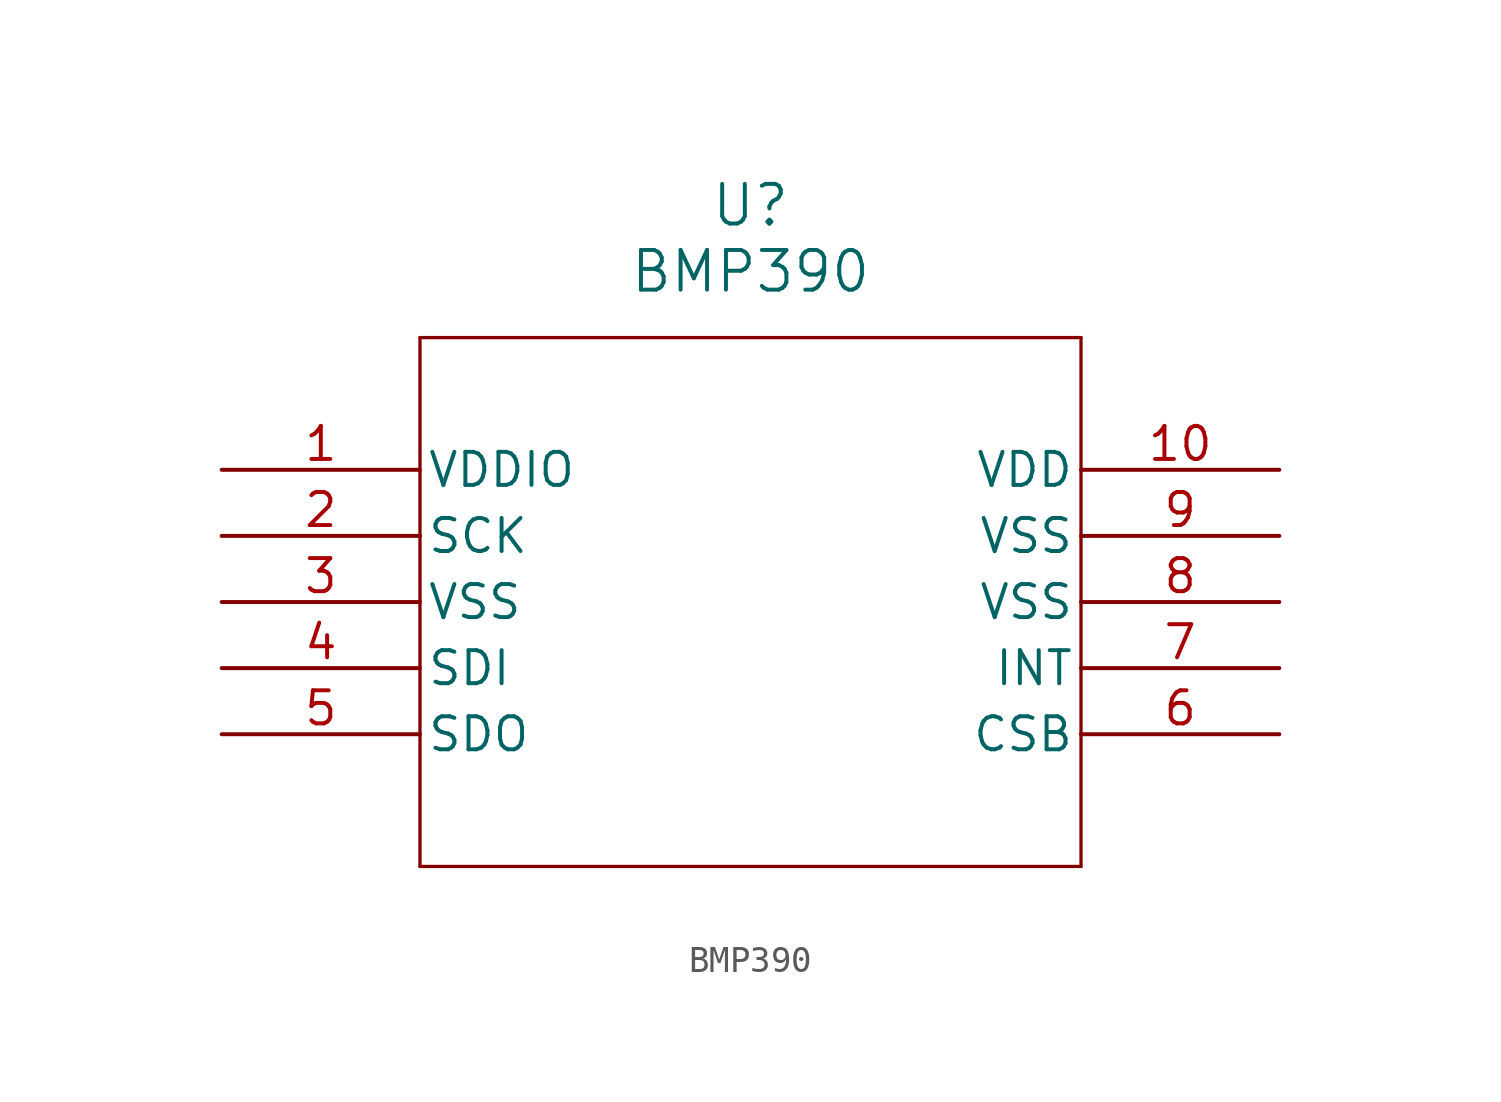
<source format=kicad_sym>
(kicad_symbol_lib
  (version 20220914)
  (generator kicad_symbol_editor)
  (symbol "BMP390"
    (pin_names
      (offset 0.254))
    (property "Reference" "U"
      (at 20.32 10.16 0)
      (effects (font (size 1.524 1.524))))
    (property "Value" "BMP390"
      (at 20.32 7.62 0)
      (effects (font (size 1.524 1.524))))
    (property "ki_locked" ""
      (at 0 0 0)
      (effects (font (size 1.27 1.27))))
    (symbol "BMP390_0_1"
      (polyline (pts (xy 7.62 -15.24) (xy 33.02 -15.24)) (stroke (width 0.127) (type default)) (fill (type none)))
      (polyline (pts (xy 7.62 5.08) (xy 7.62 -15.24)) (stroke (width 0.127) (type default)) (fill (type none)))
      (polyline (pts (xy 33.02 -15.24) (xy 33.02 5.08)) (stroke (width 0.127) (type default)) (fill (type none)))
      (polyline (pts (xy 33.02 5.08) (xy 7.62 5.08)) (stroke (width 0.127) (type default)) (fill (type none)))
      (pin power_in line (at 0 0 0) (length 7.62) (name "VDDIO" (effects (font (size 1.27 1.27)))) (number "1" (effects (font (size 1.27 1.27)))))
      (pin power_in line (at 40.64 0 180) (length 7.62) (name "VDD" (effects (font (size 1.27 1.27)))) (number "10" (effects (font (size 1.27 1.27)))))
      (pin input line (at 0 -2.54 0) (length 7.62) (name "SCK" (effects (font (size 1.27 1.27)))) (number "2" (effects (font (size 1.27 1.27)))))
      (pin power_out line (at 0 -5.08 0) (length 7.62) (name "VSS" (effects (font (size 1.27 1.27)))) (number "3" (effects (font (size 1.27 1.27)))))
      (pin bidirectional line (at 0 -7.62 0) (length 7.62) (name "SDI" (effects (font (size 1.27 1.27)))) (number "4" (effects (font (size 1.27 1.27)))))
      (pin bidirectional line (at 0 -10.16 0) (length 7.62) (name "SDO" (effects (font (size 1.27 1.27)))) (number "5" (effects (font (size 1.27 1.27)))))
      (pin input line (at 40.64 -10.16 180) (length 7.62) (name "CSB" (effects (font (size 1.27 1.27)))) (number "6" (effects (font (size 1.27 1.27)))))
      (pin input line (at 40.64 -7.62 180) (length 7.62) (name "INT" (effects (font (size 1.27 1.27)))) (number "7" (effects (font (size 1.27 1.27)))))
      (pin power_out line (at 40.64 -5.08 180) (length 7.62) (name "VSS" (effects (font (size 1.27 1.27)))) (number "8" (effects (font (size 1.27 1.27)))))
      (pin power_out line (at 40.64 -2.54 180) (length 7.62) (name "VSS" (effects (font (size 1.27 1.27)))) (number "9" (effects (font (size 1.27 1.27))))))))
</source>
